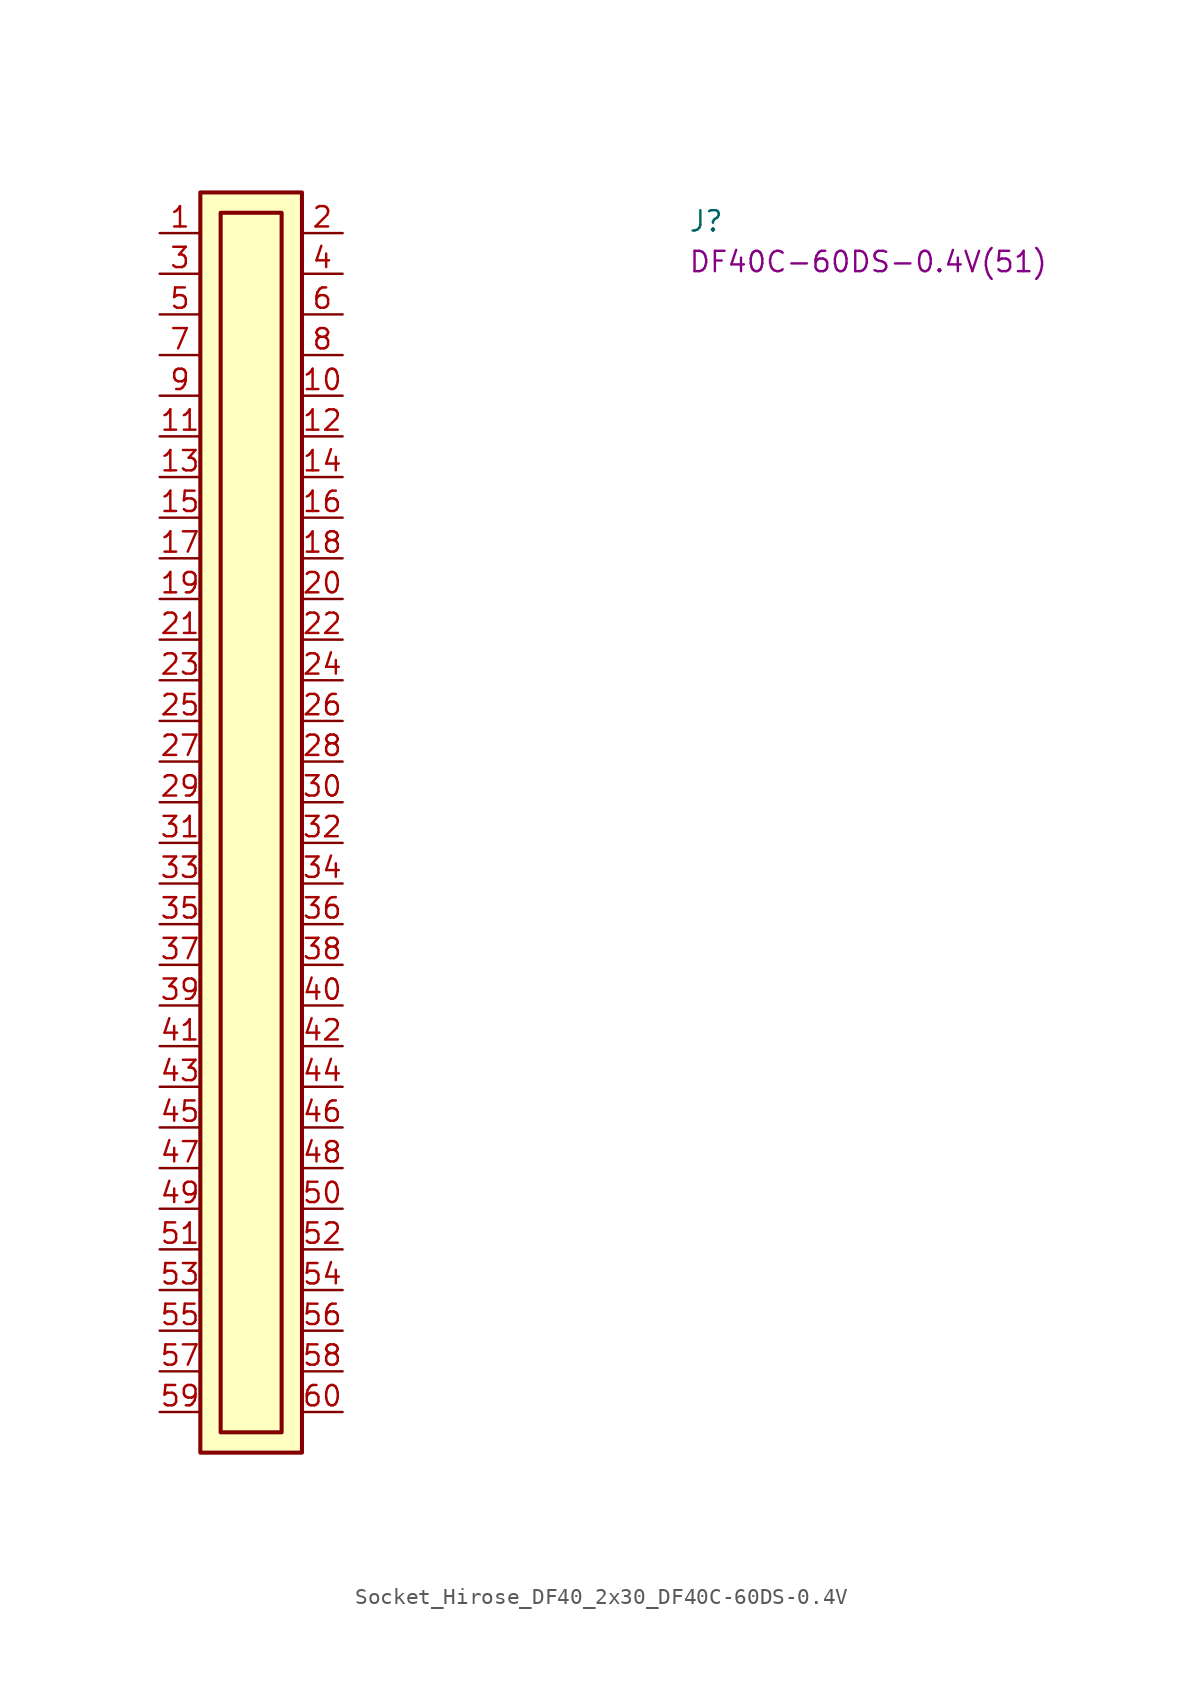
<source format=kicad_sym>
(kicad_symbol_lib
  (version 20220914)
  (generator kicad_symbol_editor)
  (symbol "Socket_Hirose_DF40_2x30_DF40C-60DS-0.4V"
    (pin_names hide)
    (property "Reference" "J"
      (at 33.02 0 0)
      (effects (font (size 1.27 1.27) (thickness 0.15)) (justify left bottom)))
    (property "MPN" "DF40C-60DS-0.4V(51)"
      (at 33.02 -2.54 0)
      (effects (font (size 1.27 1.27) (thickness 0.15)) (justify left bottom)))
    (symbol "Socket_Hirose_DF40_2x30_DF40C-60DS-0.4V_1_1"
      (rectangle (start 2.54 2.54) (end 8.89 -76.2) (stroke (width 0.254) (type default)) (fill (type background)))
      (rectangle (start 3.81 1.27) (end 7.62 -74.93) (stroke (width 0.254) (type default)) (fill (type background)))
      (pin passive line (at 0 0 0) (length 2.54) (name "~" (effects (font (size 1.27 1.27)))) (number "1" (effects (font (size 1.27 1.27)))))
      (pin passive line (at 11.43 -10.16 180) (length 2.54) (name "~" (effects (font (size 1.27 1.27)))) (number "10" (effects (font (size 1.27 1.27)))))
      (pin passive line (at 0 -12.7 0) (length 2.54) (name "~" (effects (font (size 1.27 1.27)))) (number "11" (effects (font (size 1.27 1.27)))))
      (pin passive line (at 11.43 -12.7 180) (length 2.54) (name "~" (effects (font (size 1.27 1.27)))) (number "12" (effects (font (size 1.27 1.27)))))
      (pin passive line (at 0 -15.24 0) (length 2.54) (name "~" (effects (font (size 1.27 1.27)))) (number "13" (effects (font (size 1.27 1.27)))))
      (pin passive line (at 11.43 -15.24 180) (length 2.54) (name "~" (effects (font (size 1.27 1.27)))) (number "14" (effects (font (size 1.27 1.27)))))
      (pin passive line (at 0 -17.78 0) (length 2.54) (name "~" (effects (font (size 1.27 1.27)))) (number "15" (effects (font (size 1.27 1.27)))))
      (pin passive line (at 11.43 -17.78 180) (length 2.54) (name "~" (effects (font (size 1.27 1.27)))) (number "16" (effects (font (size 1.27 1.27)))))
      (pin passive line (at 0 -20.32 0) (length 2.54) (name "~" (effects (font (size 1.27 1.27)))) (number "17" (effects (font (size 1.27 1.27)))))
      (pin passive line (at 11.43 -20.32 180) (length 2.54) (name "~" (effects (font (size 1.27 1.27)))) (number "18" (effects (font (size 1.27 1.27)))))
      (pin passive line (at 0 -22.86 0) (length 2.54) (name "~" (effects (font (size 1.27 1.27)))) (number "19" (effects (font (size 1.27 1.27)))))
      (pin passive line (at 11.43 0 180) (length 2.54) (name "~" (effects (font (size 1.27 1.27)))) (number "2" (effects (font (size 1.27 1.27)))))
      (pin passive line (at 11.43 -22.86 180) (length 2.54) (name "~" (effects (font (size 1.27 1.27)))) (number "20" (effects (font (size 1.27 1.27)))))
      (pin passive line (at 0 -25.4 0) (length 2.54) (name "~" (effects (font (size 1.27 1.27)))) (number "21" (effects (font (size 1.27 1.27)))))
      (pin passive line (at 11.43 -25.4 180) (length 2.54) (name "~" (effects (font (size 1.27 1.27)))) (number "22" (effects (font (size 1.27 1.27)))))
      (pin passive line (at 0 -27.94 0) (length 2.54) (name "~" (effects (font (size 1.27 1.27)))) (number "23" (effects (font (size 1.27 1.27)))))
      (pin passive line (at 11.43 -27.94 180) (length 2.54) (name "~" (effects (font (size 1.27 1.27)))) (number "24" (effects (font (size 1.27 1.27)))))
      (pin passive line (at 0 -30.48 0) (length 2.54) (name "~" (effects (font (size 1.27 1.27)))) (number "25" (effects (font (size 1.27 1.27)))))
      (pin passive line (at 11.43 -30.48 180) (length 2.54) (name "~" (effects (font (size 1.27 1.27)))) (number "26" (effects (font (size 1.27 1.27)))))
      (pin passive line (at 0 -33.02 0) (length 2.54) (name "~" (effects (font (size 1.27 1.27)))) (number "27" (effects (font (size 1.27 1.27)))))
      (pin passive line (at 11.43 -33.02 180) (length 2.54) (name "~" (effects (font (size 1.27 1.27)))) (number "28" (effects (font (size 1.27 1.27)))))
      (pin passive line (at 0 -35.56 0) (length 2.54) (name "~" (effects (font (size 1.27 1.27)))) (number "29" (effects (font (size 1.27 1.27)))))
      (pin passive line (at 0 -2.54 0) (length 2.54) (name "~" (effects (font (size 1.27 1.27)))) (number "3" (effects (font (size 1.27 1.27)))))
      (pin passive line (at 11.43 -35.56 180) (length 2.54) (name "~" (effects (font (size 1.27 1.27)))) (number "30" (effects (font (size 1.27 1.27)))))
      (pin passive line (at 0 -38.1 0) (length 2.54) (name "~" (effects (font (size 1.27 1.27)))) (number "31" (effects (font (size 1.27 1.27)))))
      (pin passive line (at 11.43 -38.1 180) (length 2.54) (name "~" (effects (font (size 1.27 1.27)))) (number "32" (effects (font (size 1.27 1.27)))))
      (pin passive line (at 0 -40.64 0) (length 2.54) (name "~" (effects (font (size 1.27 1.27)))) (number "33" (effects (font (size 1.27 1.27)))))
      (pin passive line (at 11.43 -40.64 180) (length 2.54) (name "~" (effects (font (size 1.27 1.27)))) (number "34" (effects (font (size 1.27 1.27)))))
      (pin passive line (at 0 -43.18 0) (length 2.54) (name "~" (effects (font (size 1.27 1.27)))) (number "35" (effects (font (size 1.27 1.27)))))
      (pin passive line (at 11.43 -43.18 180) (length 2.54) (name "~" (effects (font (size 1.27 1.27)))) (number "36" (effects (font (size 1.27 1.27)))))
      (pin passive line (at 0 -45.72 0) (length 2.54) (name "~" (effects (font (size 1.27 1.27)))) (number "37" (effects (font (size 1.27 1.27)))))
      (pin passive line (at 11.43 -45.72 180) (length 2.54) (name "~" (effects (font (size 1.27 1.27)))) (number "38" (effects (font (size 1.27 1.27)))))
      (pin passive line (at 0 -48.26 0) (length 2.54) (name "~" (effects (font (size 1.27 1.27)))) (number "39" (effects (font (size 1.27 1.27)))))
      (pin passive line (at 11.43 -2.54 180) (length 2.54) (name "~" (effects (font (size 1.27 1.27)))) (number "4" (effects (font (size 1.27 1.27)))))
      (pin passive line (at 11.43 -48.26 180) (length 2.54) (name "~" (effects (font (size 1.27 1.27)))) (number "40" (effects (font (size 1.27 1.27)))))
      (pin passive line (at 0 -50.8 0) (length 2.54) (name "~" (effects (font (size 1.27 1.27)))) (number "41" (effects (font (size 1.27 1.27)))))
      (pin passive line (at 11.43 -50.8 180) (length 2.54) (name "~" (effects (font (size 1.27 1.27)))) (number "42" (effects (font (size 1.27 1.27)))))
      (pin passive line (at 0 -53.34 0) (length 2.54) (name "~" (effects (font (size 1.27 1.27)))) (number "43" (effects (font (size 1.27 1.27)))))
      (pin passive line (at 11.43 -53.34 180) (length 2.54) (name "~" (effects (font (size 1.27 1.27)))) (number "44" (effects (font (size 1.27 1.27)))))
      (pin passive line (at 0 -55.88 0) (length 2.54) (name "~" (effects (font (size 1.27 1.27)))) (number "45" (effects (font (size 1.27 1.27)))))
      (pin passive line (at 11.43 -55.88 180) (length 2.54) (name "~" (effects (font (size 1.27 1.27)))) (number "46" (effects (font (size 1.27 1.27)))))
      (pin passive line (at 0 -58.42 0) (length 2.54) (name "~" (effects (font (size 1.27 1.27)))) (number "47" (effects (font (size 1.27 1.27)))))
      (pin passive line (at 11.43 -58.42 180) (length 2.54) (name "~" (effects (font (size 1.27 1.27)))) (number "48" (effects (font (size 1.27 1.27)))))
      (pin passive line (at 0 -60.96 0) (length 2.54) (name "~" (effects (font (size 1.27 1.27)))) (number "49" (effects (font (size 1.27 1.27)))))
      (pin passive line (at 0 -5.08 0) (length 2.54) (name "~" (effects (font (size 1.27 1.27)))) (number "5" (effects (font (size 1.27 1.27)))))
      (pin passive line (at 11.43 -60.96 180) (length 2.54) (name "~" (effects (font (size 1.27 1.27)))) (number "50" (effects (font (size 1.27 1.27)))))
      (pin passive line (at 0 -63.5 0) (length 2.54) (name "~" (effects (font (size 1.27 1.27)))) (number "51" (effects (font (size 1.27 1.27)))))
      (pin passive line (at 11.43 -63.5 180) (length 2.54) (name "~" (effects (font (size 1.27 1.27)))) (number "52" (effects (font (size 1.27 1.27)))))
      (pin passive line (at 0 -66.04 0) (length 2.54) (name "~" (effects (font (size 1.27 1.27)))) (number "53" (effects (font (size 1.27 1.27)))))
      (pin passive line (at 11.43 -66.04 180) (length 2.54) (name "~" (effects (font (size 1.27 1.27)))) (number "54" (effects (font (size 1.27 1.27)))))
      (pin passive line (at 0 -68.58 0) (length 2.54) (name "~" (effects (font (size 1.27 1.27)))) (number "55" (effects (font (size 1.27 1.27)))))
      (pin passive line (at 11.43 -68.58 180) (length 2.54) (name "~" (effects (font (size 1.27 1.27)))) (number "56" (effects (font (size 1.27 1.27)))))
      (pin passive line (at 0 -71.12 0) (length 2.54) (name "~" (effects (font (size 1.27 1.27)))) (number "57" (effects (font (size 1.27 1.27)))))
      (pin passive line (at 11.43 -71.12 180) (length 2.54) (name "~" (effects (font (size 1.27 1.27)))) (number "58" (effects (font (size 1.27 1.27)))))
      (pin passive line (at 0 -73.66 0) (length 2.54) (name "~" (effects (font (size 1.27 1.27)))) (number "59" (effects (font (size 1.27 1.27)))))
      (pin passive line (at 11.43 -5.08 180) (length 2.54) (name "~" (effects (font (size 1.27 1.27)))) (number "6" (effects (font (size 1.27 1.27)))))
      (pin passive line (at 11.43 -73.66 180) (length 2.54) (name "~" (effects (font (size 1.27 1.27)))) (number "60" (effects (font (size 1.27 1.27)))))
      (pin passive line (at 0 -7.62 0) (length 2.54) (name "~" (effects (font (size 1.27 1.27)))) (number "7" (effects (font (size 1.27 1.27)))))
      (pin passive line (at 11.43 -7.62 180) (length 2.54) (name "~" (effects (font (size 1.27 1.27)))) (number "8" (effects (font (size 1.27 1.27)))))
      (pin passive line (at 0 -10.16 0) (length 2.54) (name "~" (effects (font (size 1.27 1.27)))) (number "9" (effects (font (size 1.27 1.27))))))))
</source>
